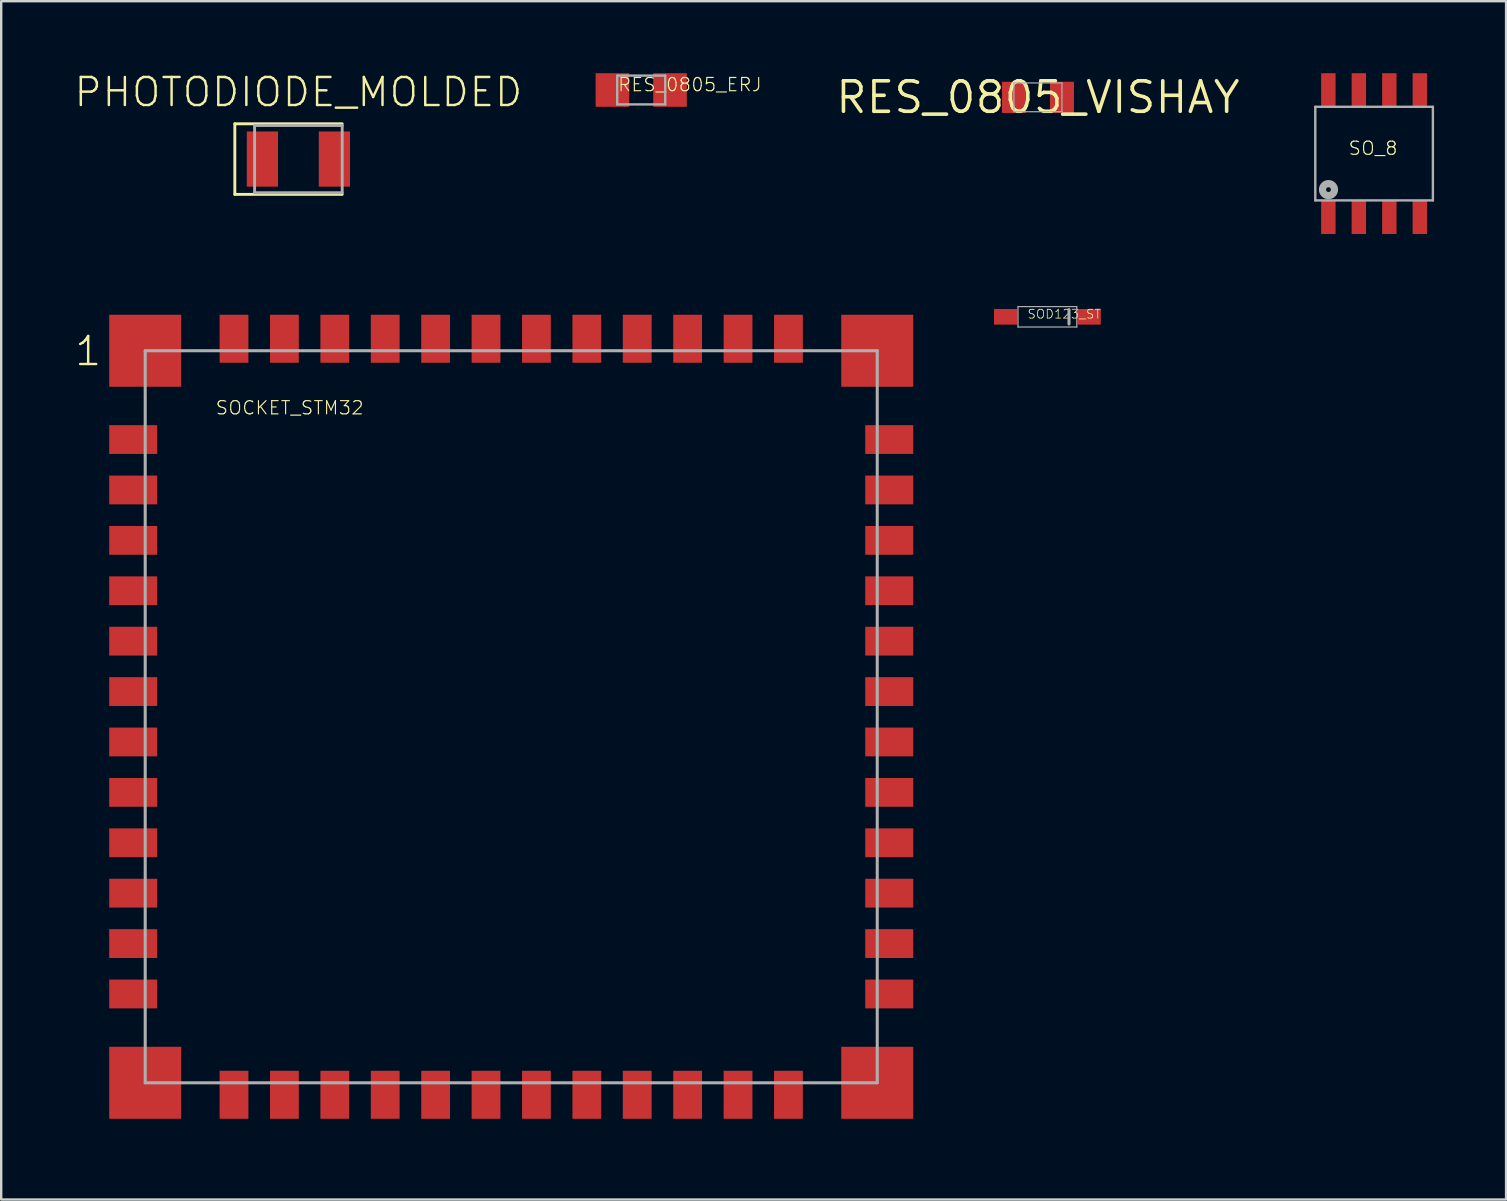
<source format=kicad_pcb>
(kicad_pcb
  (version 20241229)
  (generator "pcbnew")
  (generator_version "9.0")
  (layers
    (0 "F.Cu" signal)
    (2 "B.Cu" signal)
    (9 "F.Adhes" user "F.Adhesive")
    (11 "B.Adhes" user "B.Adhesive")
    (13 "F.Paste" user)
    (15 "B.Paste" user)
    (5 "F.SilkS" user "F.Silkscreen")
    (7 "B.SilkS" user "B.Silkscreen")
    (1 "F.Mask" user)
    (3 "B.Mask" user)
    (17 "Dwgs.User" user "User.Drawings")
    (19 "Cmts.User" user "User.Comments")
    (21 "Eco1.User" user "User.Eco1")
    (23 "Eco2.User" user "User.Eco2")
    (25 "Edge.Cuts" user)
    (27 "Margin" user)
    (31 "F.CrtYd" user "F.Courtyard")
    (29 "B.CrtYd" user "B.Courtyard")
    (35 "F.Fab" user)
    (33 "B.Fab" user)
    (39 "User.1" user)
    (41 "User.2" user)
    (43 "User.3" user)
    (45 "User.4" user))
  (footprint "SO_8"
    (layer "F.Cu")
    (at 54.201 3.35)
    (property "Reference" "SO_8" (at -1.1 0.1 0) (unlocked yes) (layer "F.SilkS") (effects (font (size 0.552 0.552) (thickness 0.048)) (justify left bottom)))
    (fp_line (start -2.45 -1.95) (end 2.45 -1.95) (stroke (width 0.1) (type solid)) (layer "F.Fab"))
    (fp_line (start -2.45 1.95) (end -2.45 -1.95) (stroke (width 0.1) (type solid)) (layer "F.Fab"))
    (fp_line (start -2.45 1.95) (end 2.45 1.95) (stroke (width 0.1) (type solid)) (layer "F.Fab"))
    (fp_line (start 2.45 1.95) (end 2.45 -1.95) (stroke (width 0.1) (type solid)) (layer "F.Fab"))
    (fp_circle (center -1.9 1.5) (end -1.8 1.5) (stroke (width 0.3) (type solid)) (fill no) (layer "F.Fab"))
    (fp_line (start -2.4 -1.9) (end -2.4 1.9) (stroke (width 0.1) (type solid)) (layer "User.1"))
    (fp_line (start -2.4 1.9) (end 2.4 1.9) (stroke (width 0.1) (type solid)) (layer "User.1"))
    (fp_line (start 0 -0.3) (end 0 0) (stroke (width 0.1) (type solid)) (layer "User.1"))
    (fp_line (start 0 0) (end -0.3 0) (stroke (width 0.1) (type solid)) (layer "User.1"))
    (fp_line (start 0 0) (end 0.3 0) (stroke (width 0.1) (type solid)) (layer "User.1"))
    (fp_line (start 0 0.3) (end 0 0) (stroke (width 0.1) (type solid)) (layer "User.1"))
    (fp_line (start 2.4 -1.9) (end -2.4 -1.9) (stroke (width 0.1) (type solid)) (layer "User.1"))
    (fp_line (start 2.4 1.9) (end 2.4 -1.9) (stroke (width 0.1) (type solid)) (layer "User.1"))
    (pad "1" smd rect (at -1.905 2.65 90) (size 1.4 0.6) (layers "F.Cu" "F.Mask" "F.Paste"))
    (pad "2" smd rect (at -0.635 2.65 90) (size 1.4 0.6) (layers "F.Cu" "F.Mask" "F.Paste"))
    (pad "3" smd rect (at 0.635 2.65 90) (size 1.4 0.6) (layers "F.Cu" "F.Mask" "F.Paste"))
    (pad "4" smd rect (at 1.905 2.65 90) (size 1.4 0.6) (layers "F.Cu" "F.Mask" "F.Paste"))
    (pad "5" smd rect (at 1.905 -2.65 90) (size 1.4 0.6) (layers "F.Cu" "F.Mask" "F.Paste"))
    (pad "6" smd rect (at 0.635 -2.65 90) (size 1.4 0.6) (layers "F.Cu" "F.Mask" "F.Paste"))
    (pad "7" smd rect (at -0.635 -2.65 90) (size 1.4 0.6) (layers "F.Cu" "F.Mask" "F.Paste"))
    (pad "8" smd rect (at -1.905 -2.65 90) (size 1.4 0.6) (layers "F.Cu" "F.Mask" "F.Paste")))
  (footprint "PHOTODIODE_MOLDED"
    (layer "F.Cu")
    (at 9.383 3.578)
    (property "Reference" "PHOTODIODE_MOLDED" (at 0 -2.105 0) (unlocked yes) (layer "F.SilkS") (effects (font (size 1.168 1.168) (thickness 0.102)) (justify bottom)))
    (fp_line (start -2.649 -1.47) (end -2.649 1.47) (stroke (width 0.12) (type solid)) (layer "F.SilkS"))
    (fp_line (start -2.649 1.47) (end 1.825 1.47) (stroke (width 0.12) (type solid)) (layer "F.SilkS"))
    (fp_line (start 1.825 -1.47) (end -2.649 -1.47) (stroke (width 0.12) (type solid)) (layer "F.SilkS"))
    (fp_line (start -1.825 -1.4) (end 1.825 -1.4) (stroke (width 0.12) (type solid)) (layer "F.Fab"))
    (fp_line (start -1.825 1.4) (end -1.825 -1.4) (stroke (width 0.12) (type solid)) (layer "F.Fab"))
    (fp_line (start 1.825 -1.4) (end 1.825 1.4) (stroke (width 0.12) (type solid)) (layer "F.Fab"))
    (fp_line (start 1.825 1.4) (end -1.825 1.4) (stroke (width 0.12) (type solid)) (layer "F.Fab"))
    (pad "1" smd roundrect (at -1.5 0) (size 1.3 2.3) (layers "F.Cu" "F.Mask" "F.Paste") (roundrect_rratio 0.005))
    (pad "2" smd rect (at 1.5 0) (size 1.3 2.3) (layers "F.Cu" "F.Mask" "F.Paste")))
  (footprint "RES_0805_VISHAY"
    (layer "F.Cu")
    (at 40.196 1.006)
    (property "Reference" "RES_0805_VISHAY" (at 0 0 0) (layer "F.SilkS") (effects (font (size 1.27 1.27) (thickness 0.15))))
    (fp_line (start -1 -0.6) (end 1 -0.6) (stroke (width 0.05) (type solid)) (layer "F.Fab"))
    (fp_line (start -1 0.6) (end -1 -0.6) (stroke (width 0.05) (type solid)) (layer "F.Fab"))
    (fp_line (start 1 -0.6) (end 1 0.6) (stroke (width 0.05) (type solid)) (layer "F.Fab"))
    (fp_line (start 1 0.6) (end -1 0.6) (stroke (width 0.05) (type solid)) (layer "F.Fab"))
    (fp_line (start -1 -0.6) (end 1 -0.6) (stroke (width 0.05) (type solid)) (layer "User.1"))
    (fp_line (start -1 0.6) (end -1 -0.6) (stroke (width 0.05) (type solid)) (layer "User.1"))
    (fp_line (start -0.3 0) (end 0.3 0) (stroke (width 0.05) (type solid)) (layer "User.1"))
    (fp_line (start 0 0.3) (end 0 -0.3) (stroke (width 0.05) (type solid)) (layer "User.1"))
    (fp_line (start 1 -0.6) (end 1 0.6) (stroke (width 0.05) (type solid)) (layer "User.1"))
    (fp_line (start 1 0.6) (end -1 0.6) (stroke (width 0.05) (type solid)) (layer "User.1"))
    (pad "1" smd rect (at -1 0) (size 1 1.3) (layers "F.Cu" "F.Mask" "F.Paste"))
    (pad "2" smd rect (at 1 0) (size 1 1.3) (layers "F.Cu" "F.Mask" "F.Paste")))
  (footprint "RES_0805_ERJ"
    (layer "F.Cu")
    (at 23.666 0.7)
    (property "Reference" "RES_0805_ERJ" (at -1 0.1 0) (unlocked yes) (layer "F.SilkS") (effects (font (size 0.552 0.552) (thickness 0.048)) (justify left bottom)))
    (fp_line (start -1 -0.6) (end 1 -0.6) (stroke (width 0.1) (type solid)) (layer "F.Fab"))
    (fp_line (start -1 0.6) (end -1 -0.6) (stroke (width 0.1) (type solid)) (layer "F.Fab"))
    (fp_line (start 1 -0.6) (end 1 0.6) (stroke (width 0.1) (type solid)) (layer "F.Fab"))
    (fp_line (start 1 0.6) (end -1 0.6) (stroke (width 0.1) (type solid)) (layer "F.Fab"))
    (fp_line (start -1 -0.6) (end -1 0.6) (stroke (width 0.127) (type solid)) (layer "User.1"))
    (fp_line (start -1 -0.6) (end 1 -0.6) (stroke (width 0.127) (type solid)) (layer "User.1"))
    (fp_line (start -0.3 0) (end 0.3 0) (stroke (width 0.1) (type solid)) (layer "User.1"))
    (fp_line (start 0 0.3) (end 0 -0.3) (stroke (width 0.1) (type solid)) (layer "User.1"))
    (fp_line (start 1 -0.6) (end 1 0.6) (stroke (width 0.127) (type solid)) (layer "User.1"))
    (fp_line (start 1 0.6) (end -1 0.6) (stroke (width 0.127) (type solid)) (layer "User.1"))
    (pad "1" smd rect (at -1.2 0) (size 1.4 1.4) (layers "F.Cu" "F.Mask" "F.Paste"))
    (pad "2" smd rect (at 1.2 0) (size 1.4 1.4) (layers "F.Cu" "F.Mask" "F.Paste")))
  (footprint "SOCKET_STM32"
    (layer "F.Cu")
    (at 18.25 26.814)
    (property "Reference" "SOCKET_STM32" (at -12.35 -12.55 0) (unlocked yes) (layer "F.SilkS") (effects (font (size 0.552 0.552) (thickness 0.048)) (justify left bottom)))
    (fp_line (start -15.25 -15.25) (end 15.25 -15.25) (stroke (width 0.127) (type solid)) (layer "F.Fab"))
    (fp_line (start -15.25 15.25) (end -15.25 -15.25) (stroke (width 0.127) (type solid)) (layer "F.Fab"))
    (fp_line (start 15.25 -15.25) (end 15.25 15.25) (stroke (width 0.127) (type solid)) (layer "F.Fab"))
    (fp_line (start 15.25 15.25) (end -15.25 15.25) (stroke (width 0.127) (type solid)) (layer "F.Fab"))
    (fp_line (start -17.05 -17.05) (end 17.05 -17.05) (stroke (width 0.127) (type solid)) (layer "User.1"))
    (fp_line (start -17.05 17.05) (end -17.05 -17.05) (stroke (width 0.127) (type solid)) (layer "User.1"))
    (fp_line (start -0.3 0) (end 0.3 0) (stroke (width 0.127) (type solid)) (layer "User.1"))
    (fp_line (start 0 0.3) (end 0 -0.3) (stroke (width 0.127) (type solid)) (layer "User.1"))
    (fp_line (start 17.05 -17.05) (end 17.05 17.05) (stroke (width 0.127) (type solid)) (layer "User.1"))
    (fp_line (start 17.05 17.05) (end -17.05 17.05) (stroke (width 0.127) (type solid)) (layer "User.1"))
    (fp_text user "1" (at -18.25 -14.55 0) (unlocked yes) (layer "F.SilkS") (effects (font (size 1.168 1.168) (thickness 0.102)) (justify left bottom)))
    (fp_text user "1" (at -18.25 -14.55 0) (unlocked yes) (layer "User.1") (effects (font (size 1.168 1.168) (thickness 0.102)) (justify left bottom)))
    (pad "1" smd rect (at -15.25 -15.25) (size 3 3) (layers "F.Cu" "F.Mask"))
    (pad "2" smd rect (at -15.75 -11.55) (size 2 1.2) (layers "F.Cu" "F.Mask"))
    (pad "3" smd rect (at -15.75 -9.45) (size 2 1.2) (layers "F.Cu" "F.Mask"))
    (pad "4" smd rect (at -15.75 -7.35) (size 2 1.2) (layers "F.Cu" "F.Mask"))
    (pad "5" smd rect (at -15.75 -5.25) (size 2 1.2) (layers "F.Cu" "F.Mask"))
    (pad "6" smd rect (at -15.75 -3.15) (size 2 1.2) (layers "F.Cu" "F.Mask"))
    (pad "7" smd rect (at -15.75 -1.05) (size 2 1.2) (layers "F.Cu" "F.Mask"))
    (pad "8" smd rect (at -15.75 1.05) (size 2 1.2) (layers "F.Cu" "F.Mask"))
    (pad "9" smd rect (at -15.75 3.15) (size 2 1.2) (layers "F.Cu" "F.Mask"))
    (pad "10" smd rect (at -15.75 5.25) (size 2 1.2) (layers "F.Cu" "F.Mask"))
    (pad "11" smd rect (at -15.75 7.35) (size 2 1.2) (layers "F.Cu" "F.Mask"))
    (pad "12" smd rect (at -15.75 9.45) (size 2 1.2) (layers "F.Cu" "F.Mask"))
    (pad "13" smd rect (at -15.75 11.55) (size 2 1.2) (layers "F.Cu" "F.Mask"))
    (pad "14" smd rect (at -15.25 15.25) (size 3 3) (layers "F.Cu" "F.Mask"))
    (pad "15" smd rect (at -11.55 15.75 90) (size 2 1.2) (layers "F.Cu" "F.Mask"))
    (pad "16" smd rect (at -9.45 15.75 90) (size 2 1.2) (layers "F.Cu" "F.Mask"))
    (pad "17" smd rect (at -7.35 15.75 90) (size 2 1.2) (layers "F.Cu" "F.Mask"))
    (pad "18" smd rect (at -5.25 15.75 90) (size 2 1.2) (layers "F.Cu" "F.Mask"))
    (pad "19" smd rect (at -3.15 15.75 90) (size 2 1.2) (layers "F.Cu" "F.Mask"))
    (pad "20" smd rect (at -1.05 15.75 90) (size 2 1.2) (layers "F.Cu" "F.Mask"))
    (pad "21" smd rect (at 1.05 15.75 90) (size 2 1.2) (layers "F.Cu" "F.Mask"))
    (pad "22" smd rect (at 3.15 15.75 90) (size 2 1.2) (layers "F.Cu" "F.Mask"))
    (pad "23" smd rect (at 5.25 15.75 90) (size 2 1.2) (layers "F.Cu" "F.Mask"))
    (pad "24" smd rect (at 7.35 15.75 90) (size 2 1.2) (layers "F.Cu" "F.Mask"))
    (pad "25" smd rect (at 9.45 15.75 90) (size 2 1.2) (layers "F.Cu" "F.Mask"))
    (pad "26" smd rect (at 11.55 15.75 90) (size 2 1.2) (layers "F.Cu" "F.Mask"))
    (pad "27" smd rect (at 15.25 15.25 180) (size 3 3) (layers "F.Cu" "F.Mask"))
    (pad "28" smd rect (at 15.75 11.55 180) (size 2 1.2) (layers "F.Cu" "F.Mask"))
    (pad "29" smd rect (at 15.75 9.45 180) (size 2 1.2) (layers "F.Cu" "F.Mask"))
    (pad "30" smd rect (at 15.75 7.35 180) (size 2 1.2) (layers "F.Cu" "F.Mask"))
    (pad "31" smd rect (at 15.75 5.25 180) (size 2 1.2) (layers "F.Cu" "F.Mask"))
    (pad "32" smd rect (at 15.75 3.15 180) (size 2 1.2) (layers "F.Cu" "F.Mask"))
    (pad "33" smd rect (at 15.75 1.05 180) (size 2 1.2) (layers "F.Cu" "F.Mask"))
    (pad "34" smd rect (at 15.75 -1.05 180) (size 2 1.2) (layers "F.Cu" "F.Mask"))
    (pad "35" smd rect (at 15.75 -3.15 180) (size 2 1.2) (layers "F.Cu" "F.Mask"))
    (pad "36" smd rect (at 15.75 -5.25 180) (size 2 1.2) (layers "F.Cu" "F.Mask"))
    (pad "37" smd rect (at 15.75 -7.35 180) (size 2 1.2) (layers "F.Cu" "F.Mask"))
    (pad "38" smd rect (at 15.75 -9.45 180) (size 2 1.2) (layers "F.Cu" "F.Mask"))
    (pad "39" smd rect (at 15.75 -11.55 180) (size 2 1.2) (layers "F.Cu" "F.Mask"))
    (pad "40" smd rect (at 15.25 -15.25 180) (size 3 3) (layers "F.Cu" "F.Mask"))
    (pad "41" smd rect (at 11.55 -15.75 270) (size 2 1.2) (layers "F.Cu" "F.Mask"))
    (pad "42" smd rect (at 9.45 -15.75 270) (size 2 1.2) (layers "F.Cu" "F.Mask"))
    (pad "43" smd rect (at 7.35 -15.75 270) (size 2 1.2) (layers "F.Cu" "F.Mask"))
    (pad "44" smd rect (at 5.25 -15.75 270) (size 2 1.2) (layers "F.Cu" "F.Mask"))
    (pad "45" smd rect (at 3.15 -15.75 270) (size 2 1.2) (layers "F.Cu" "F.Mask"))
    (pad "46" smd rect (at 1.05 -15.75 270) (size 2 1.2) (layers "F.Cu" "F.Mask"))
    (pad "47" smd rect (at -1.05 -15.75 270) (size 2 1.2) (layers "F.Cu" "F.Mask"))
    (pad "48" smd rect (at -3.15 -15.75 270) (size 2 1.2) (layers "F.Cu" "F.Mask"))
    (pad "49" smd rect (at -5.25 -15.75 270) (size 2 1.2) (layers "F.Cu" "F.Mask"))
    (pad "50" smd rect (at -7.35 -15.75 270) (size 2 1.2) (layers "F.Cu" "F.Mask"))
    (pad "51" smd rect (at -9.45 -15.75 270) (size 2 1.2) (layers "F.Cu" "F.Mask"))
    (pad "52" smd rect (at -11.55 -15.75 270) (size 2 1.2) (layers "F.Cu" "F.Mask")))
  (footprint "SOD123_ST"
    (layer "F.Cu")
    (at 40.589 10.15)
    (property "Reference" "SOD123_ST" (at -0.85 0.1 0) (unlocked yes) (layer "F.SilkS") (effects (font (size 0.368 0.368) (thickness 0.032)) (justify left bottom)))
    (fp_line (start -1.225 -0.425) (end 1.225 -0.425) (stroke (width 0.05) (type solid)) (layer "F.Fab"))
    (fp_line (start -1.225 0.425) (end -1.225 -0.425) (stroke (width 0.05) (type solid)) (layer "F.Fab"))
    (fp_line (start 0.9 -0.3) (end 0.9 0.3) (stroke (width 0.127) (type solid)) (layer "F.Fab"))
    (fp_line (start 1.225 -0.425) (end 1.225 0.425) (stroke (width 0.05) (type solid)) (layer "F.Fab"))
    (fp_line (start 1.225 0.425) (end -1.225 0.425) (stroke (width 0.05) (type solid)) (layer "F.Fab"))
    (fp_line (start -1.225 -0.425) (end 1.225 -0.425) (stroke (width 0.05) (type solid)) (layer "User.1"))
    (fp_line (start -1.225 0.425) (end -1.225 -0.425) (stroke (width 0.05) (type solid)) (layer "User.1"))
    (fp_line (start -0.3 0) (end 0.3 0) (stroke (width 0.05) (type solid)) (layer "User.1"))
    (fp_line (start 0 0.3) (end 0 -0.3) (stroke (width 0.05) (type solid)) (layer "User.1"))
    (fp_line (start 1.225 -0.425) (end 1.225 0.425) (stroke (width 0.05) (type solid)) (layer "User.1"))
    (fp_line (start 1.225 0.425) (end -1.225 0.425) (stroke (width 0.05) (type solid)) (layer "User.1"))
    (pad "A" smd rect (at -1.74 0) (size 0.97 0.65) (layers "F.Cu" "F.Mask" "F.Paste"))
    (pad "K" smd rect (at 1.74 0) (size 0.97 0.65) (layers "F.Cu" "F.Mask" "F.Paste")))
  (gr_rect
    (start -3 -3)
    (end 59.701 46.927)
    (stroke (width 0.1) (type default))
    (fill no)
    (layer "Edge.Cuts")))
</source>
